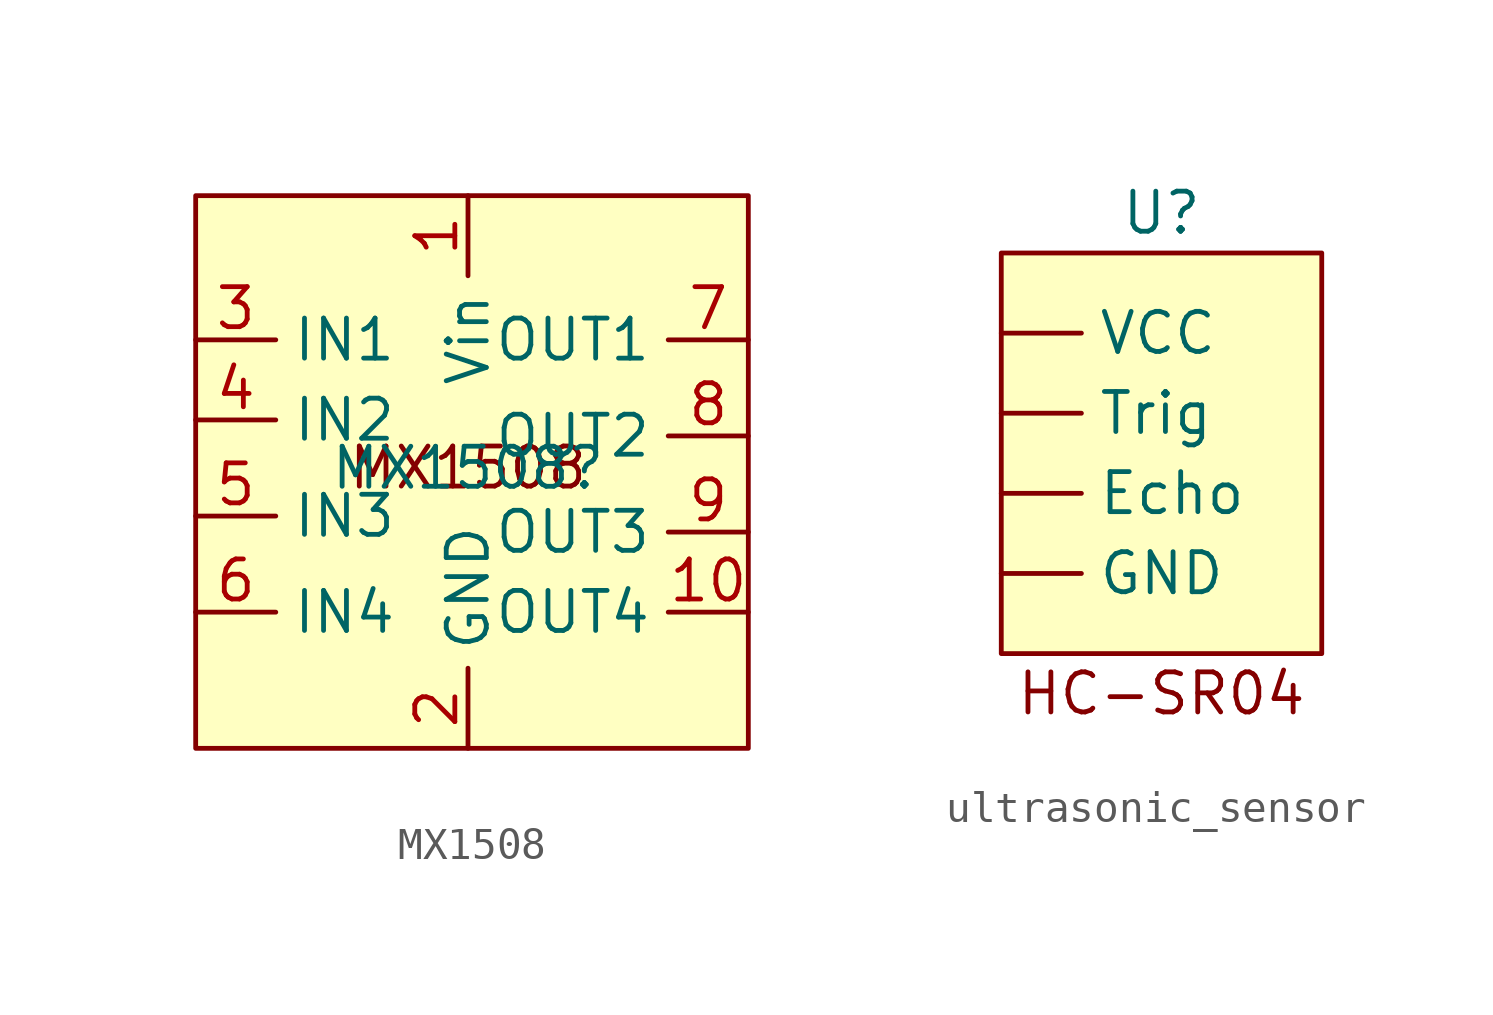
<source format=kicad_sym>
(kicad_symbol_lib
  (version 20220914)
  (generator kicad_symbol_editor)
  (symbol "MX1508"
    (property "Reference" "MX1508"
      (at 0 0 0)
      (effects (font (size 1.27 1.27))))
    (property "Value" ""
      (at 0 0 0)
      (effects (font (size 1.27 1.27))))
    (symbol "MX1508_1_1"
      (rectangle (start -8.636 8.636) (end 8.89 -8.89) (stroke (width 0) (type default)) (fill (type background)))
      (text "MX1508\n\n" (at 0 -1.016 0) (effects (font (size 1.27 1.27))))
      (pin power_in line (at 0 8.636 270) (length 2.54) (name "Vin" (effects (font (size 1.27 1.27)))) (number "1" (effects (font (size 1.27 1.27)))))
      (pin output line (at 8.89 -4.572 180) (length 2.54) (name "OUT4" (effects (font (size 1.27 1.27)))) (number "10" (effects (font (size 1.27 1.27)))))
      (pin power_out line (at 0 -8.89 90) (length 2.54) (name "GND" (effects (font (size 1.27 1.27)))) (number "2" (effects (font (size 1.27 1.27)))))
      (pin input line (at -8.636 4.064 0) (length 2.54) (name "IN1" (effects (font (size 1.27 1.27)))) (number "3" (effects (font (size 1.27 1.27)))))
      (pin input line (at -8.636 1.524 0) (length 2.54) (name "IN2" (effects (font (size 1.27 1.27)))) (number "4" (effects (font (size 1.27 1.27)))))
      (pin input line (at -8.636 -1.524 0) (length 2.54) (name "IN3" (effects (font (size 1.27 1.27)))) (number "5" (effects (font (size 1.27 1.27)))))
      (pin input line (at -8.636 -4.572 0) (length 2.54) (name "IN4" (effects (font (size 1.27 1.27)))) (number "6" (effects (font (size 1.27 1.27)))))
      (pin output line (at 8.89 4.064 180) (length 2.54) (name "OUT1" (effects (font (size 1.27 1.27)))) (number "7" (effects (font (size 1.27 1.27)))))
      (pin output line (at 8.89 1.016 180) (length 2.54) (name "OUT2" (effects (font (size 1.27 1.27)))) (number "8" (effects (font (size 1.27 1.27)))))
      (pin output line (at 8.89 -2.032 180) (length 2.54) (name "OUT3" (effects (font (size 1.27 1.27)))) (number "9" (effects (font (size 1.27 1.27)))))))
  (symbol "ultrasonic_sensor"
    (property "Reference" "U"
      (at 0 7.62 0)
      (effects (font (size 1.27 1.27))))
    (property "Value" ""
      (at -2.54 0 0)
      (effects (font (size 1.27 1.27))))
    (symbol "ultrasonic_sensor_1_1"
      (rectangle (start -5.08 6.35) (end 5.08 -6.35) (stroke (width 0) (type default)) (fill (type background)))
      (text "HC-SR04" (at 0 -7.62 0) (effects (font (size 1.27 1.27))))
      (pin output line (at -5.08 -1.27 0) (length 2.54) (name "Echo" (effects (font (size 1.27 1.27)))) (number "" (effects (font (size 1.27 1.27)))))
      (pin passive line (at -5.08 -3.81 0) (length 2.54) (name "GND" (effects (font (size 1.27 1.27)))) (number "" (effects (font (size 1.27 1.27)))))
      (pin input line (at -5.08 1.27 0) (length 2.54) (name "Trig" (effects (font (size 1.27 1.27)))) (number "" (effects (font (size 1.27 1.27)))))
      (pin power_in line (at -5.08 3.81 0) (length 2.54) (name "VCC" (effects (font (size 1.27 1.27)))) (number "" (effects (font (size 1.27 1.27))))))))
</source>
